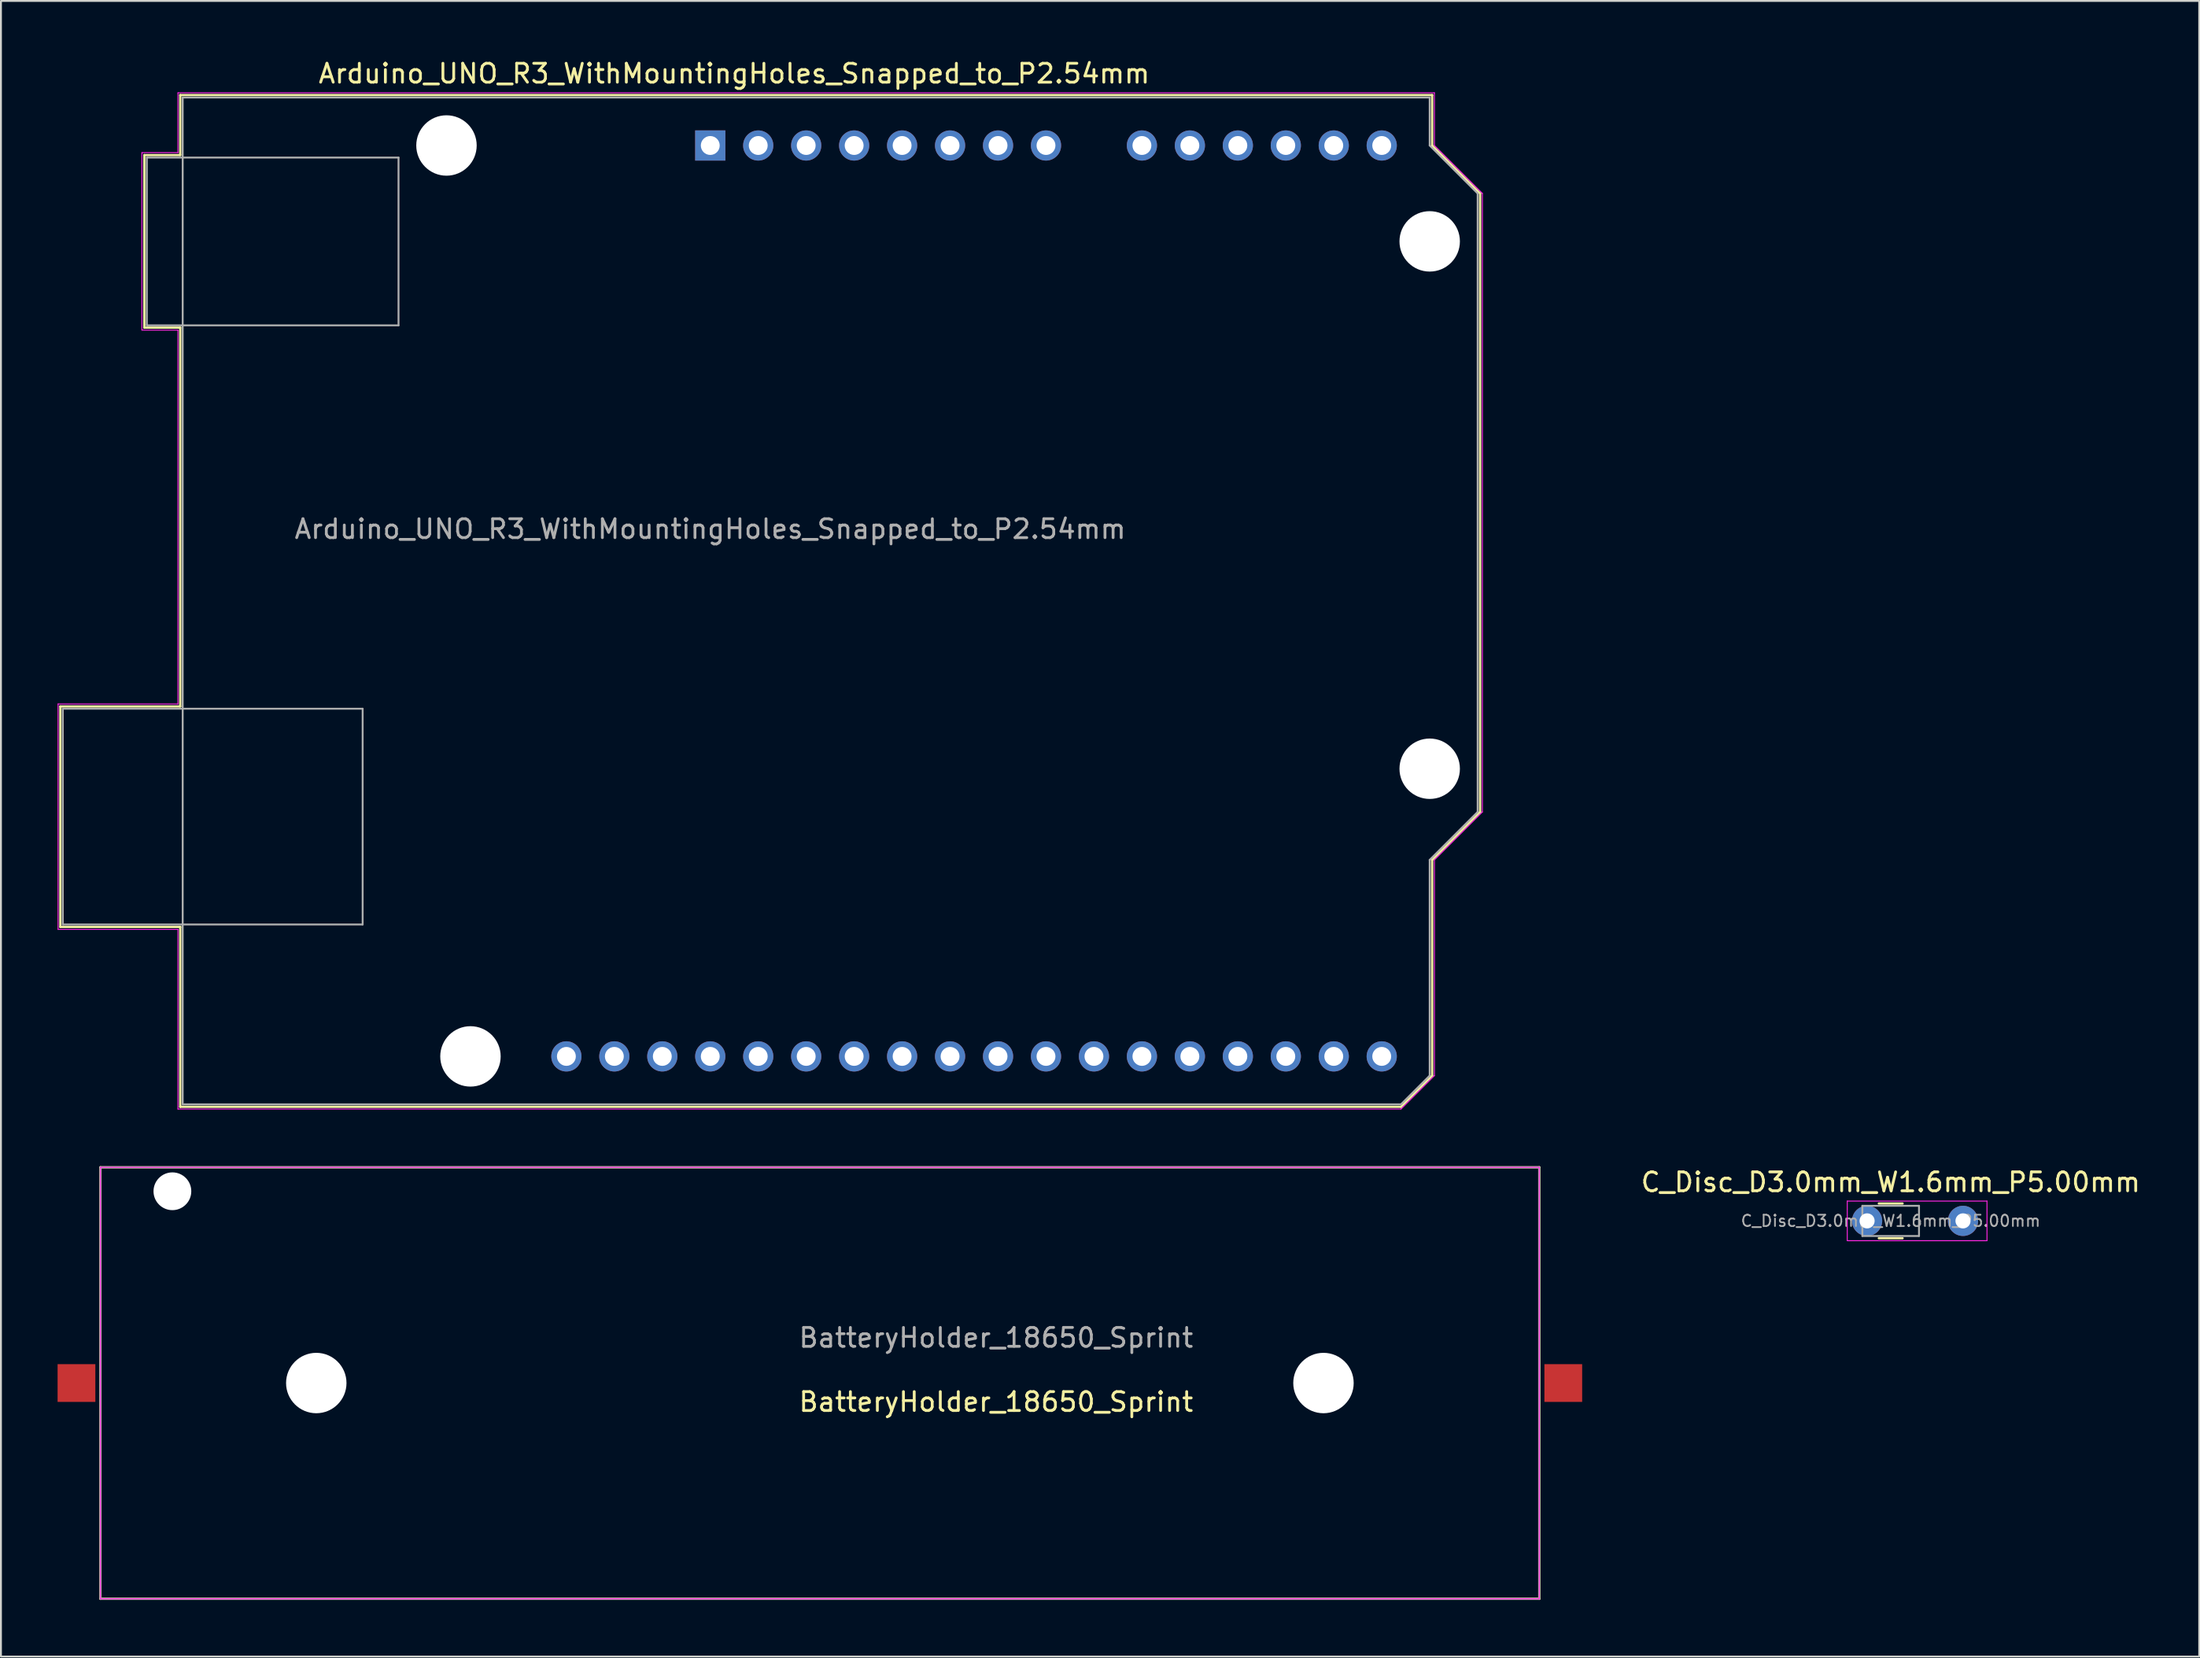
<source format=kicad_pcb>
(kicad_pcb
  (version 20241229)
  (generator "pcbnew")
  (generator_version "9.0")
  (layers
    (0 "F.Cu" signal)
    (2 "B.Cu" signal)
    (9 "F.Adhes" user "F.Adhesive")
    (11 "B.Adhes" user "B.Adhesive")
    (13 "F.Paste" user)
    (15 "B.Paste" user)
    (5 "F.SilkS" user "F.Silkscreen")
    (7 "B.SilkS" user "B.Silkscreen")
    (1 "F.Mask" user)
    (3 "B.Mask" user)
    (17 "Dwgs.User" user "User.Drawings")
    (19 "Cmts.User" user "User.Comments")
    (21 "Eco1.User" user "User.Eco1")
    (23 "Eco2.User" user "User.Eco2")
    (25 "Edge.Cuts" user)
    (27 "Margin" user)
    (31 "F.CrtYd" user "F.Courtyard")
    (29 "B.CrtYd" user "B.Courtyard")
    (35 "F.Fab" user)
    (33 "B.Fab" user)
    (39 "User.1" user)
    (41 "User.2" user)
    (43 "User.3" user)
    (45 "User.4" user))
  (footprint "Arduino_UNO_R3_WithMountingHoles_Snapped_to_P2.54mm"
    (layer "F.Cu")
    (at 34.565 4.658)
    (property "Reference" "Arduino_UNO_R3_WithMountingHoles_Snapped_to_P2.54mm" (at 1.27 -3.81 180) (layer "F.SilkS") (effects (font (size 1 1) (thickness 0.15))))
    (attr through_hole)
    (fp_line (start -34.42 29.72) (end -34.42 41.4) (stroke (width 0.12) (type solid)) (layer "F.SilkS"))
    (fp_line (start -34.42 41.4) (end -28.07 41.4) (stroke (width 0.12) (type solid)) (layer "F.SilkS"))
    (fp_line (start -29.97 0.51) (end -29.97 9.65) (stroke (width 0.12) (type solid)) (layer "F.SilkS"))
    (fp_line (start -29.97 9.65) (end -28.07 9.65) (stroke (width 0.12) (type solid)) (layer "F.SilkS"))
    (fp_line (start -28.07 -2.67) (end -28.07 0.51) (stroke (width 0.12) (type solid)) (layer "F.SilkS"))
    (fp_line (start -28.07 0.51) (end -29.97 0.51) (stroke (width 0.12) (type solid)) (layer "F.SilkS"))
    (fp_line (start -28.07 9.65) (end -28.07 29.72) (stroke (width 0.12) (type solid)) (layer "F.SilkS"))
    (fp_line (start -28.07 29.72) (end -34.42 29.72) (stroke (width 0.12) (type solid)) (layer "F.SilkS"))
    (fp_line (start -28.07 41.4) (end -28.07 50.93) (stroke (width 0.12) (type solid)) (layer "F.SilkS"))
    (fp_line (start -28.07 50.93) (end 36.58 50.93) (stroke (width 0.12) (type solid)) (layer "F.SilkS"))
    (fp_line (start 36.58 50.93) (end 38.23 49.28) (stroke (width 0.12) (type solid)) (layer "F.SilkS"))
    (fp_line (start 38.23 -2.67) (end -28.07 -2.67) (stroke (width 0.12) (type solid)) (layer "F.SilkS"))
    (fp_line (start 38.23 0) (end 38.23 -2.67) (stroke (width 0.12) (type solid)) (layer "F.SilkS"))
    (fp_line (start 38.23 37.85) (end 40.77 35.31) (stroke (width 0.12) (type solid)) (layer "F.SilkS"))
    (fp_line (start 38.23 49.28) (end 38.23 37.85) (stroke (width 0.12) (type solid)) (layer "F.SilkS"))
    (fp_line (start 40.77 2.54) (end 38.23 0) (stroke (width 0.12) (type solid)) (layer "F.SilkS"))
    (fp_line (start 40.77 35.31) (end 40.77 2.54) (stroke (width 0.12) (type solid)) (layer "F.SilkS"))
    (fp_line (start -34.54 29.59) (end -28.19 29.59) (stroke (width 0.05) (type solid)) (layer "F.CrtYd"))
    (fp_line (start -34.54 41.53) (end -34.54 29.59) (stroke (width 0.05) (type solid)) (layer "F.CrtYd"))
    (fp_line (start -30.1 0.38) (end -28.19 0.38) (stroke (width 0.05) (type solid)) (layer "F.CrtYd"))
    (fp_line (start -30.1 9.78) (end -30.1 0.38) (stroke (width 0.05) (type solid)) (layer "F.CrtYd"))
    (fp_line (start -28.19 -2.79) (end 38.35 -2.79) (stroke (width 0.05) (type solid)) (layer "F.CrtYd"))
    (fp_line (start -28.19 0.38) (end -28.19 -2.79) (stroke (width 0.05) (type solid)) (layer "F.CrtYd"))
    (fp_line (start -28.19 9.78) (end -30.1 9.78) (stroke (width 0.05) (type solid)) (layer "F.CrtYd"))
    (fp_line (start -28.19 29.59) (end -28.19 9.78) (stroke (width 0.05) (type solid)) (layer "F.CrtYd"))
    (fp_line (start -28.19 41.53) (end -34.54 41.53) (stroke (width 0.05) (type solid)) (layer "F.CrtYd"))
    (fp_line (start -28.19 51.05) (end -28.19 41.53) (stroke (width 0.05) (type solid)) (layer "F.CrtYd"))
    (fp_line (start 36.58 51.05) (end -28.19 51.05) (stroke (width 0.05) (type solid)) (layer "F.CrtYd"))
    (fp_line (start 38.35 -2.79) (end 38.35 0) (stroke (width 0.05) (type solid)) (layer "F.CrtYd"))
    (fp_line (start 38.35 0) (end 40.89 2.54) (stroke (width 0.05) (type solid)) (layer "F.CrtYd"))
    (fp_line (start 38.35 37.85) (end 38.35 49.28) (stroke (width 0.05) (type solid)) (layer "F.CrtYd"))
    (fp_line (start 38.35 49.28) (end 36.58 51.05) (stroke (width 0.05) (type solid)) (layer "F.CrtYd"))
    (fp_line (start 40.89 2.54) (end 40.89 35.31) (stroke (width 0.05) (type solid)) (layer "F.CrtYd"))
    (fp_line (start 40.89 35.31) (end 38.35 37.85) (stroke (width 0.05) (type solid)) (layer "F.CrtYd"))
    (fp_line (start -34.29 29.84) (end -18.41 29.84) (stroke (width 0.1) (type solid)) (layer "F.Fab"))
    (fp_line (start -34.29 41.27) (end -34.29 29.84) (stroke (width 0.1) (type solid)) (layer "F.Fab"))
    (fp_line (start -29.84 0.64) (end -16.51 0.64) (stroke (width 0.1) (type solid)) (layer "F.Fab"))
    (fp_line (start -29.84 9.53) (end -29.84 0.64) (stroke (width 0.1) (type solid)) (layer "F.Fab"))
    (fp_line (start -27.94 -2.54) (end 38.1 -2.54) (stroke (width 0.1) (type solid)) (layer "F.Fab"))
    (fp_line (start -27.94 50.8) (end -27.94 -2.54) (stroke (width 0.1) (type solid)) (layer "F.Fab"))
    (fp_line (start -18.41 29.84) (end -18.41 41.27) (stroke (width 0.1) (type solid)) (layer "F.Fab"))
    (fp_line (start -18.41 41.27) (end -34.29 41.27) (stroke (width 0.1) (type solid)) (layer "F.Fab"))
    (fp_line (start -16.51 0.64) (end -16.51 9.53) (stroke (width 0.1) (type solid)) (layer "F.Fab"))
    (fp_line (start -16.51 9.53) (end -29.84 9.53) (stroke (width 0.1) (type solid)) (layer "F.Fab"))
    (fp_line (start 36.58 50.8) (end -27.94 50.8) (stroke (width 0.1) (type solid)) (layer "F.Fab"))
    (fp_line (start 38.1 -2.54) (end 38.1 0) (stroke (width 0.1) (type solid)) (layer "F.Fab"))
    (fp_line (start 38.1 0) (end 40.64 2.54) (stroke (width 0.1) (type solid)) (layer "F.Fab"))
    (fp_line (start 38.1 37.85) (end 38.1 49.28) (stroke (width 0.1) (type solid)) (layer "F.Fab"))
    (fp_line (start 38.1 49.28) (end 36.58 50.8) (stroke (width 0.1) (type solid)) (layer "F.Fab"))
    (fp_line (start 40.64 2.54) (end 40.64 35.31) (stroke (width 0.1) (type solid)) (layer "F.Fab"))
    (fp_line (start 40.64 35.31) (end 38.1 37.85) (stroke (width 0.1) (type solid)) (layer "F.Fab"))
    (fp_text user "${REFERENCE}" (at 0 20.32 180) (layer "F.Fab") (effects (font (size 1 1) (thickness 0.15))))
    (pad "" np_thru_hole circle (at -13.97 0 90) (size 3.2 3.2) (drill 3.2) (layers "*.Cu" "*.Mask"))
    (pad "" np_thru_hole circle (at -12.7 48.26 90) (size 3.2 3.2) (drill 3.2) (layers "*.Cu" "*.Mask"))
    (pad "" np_thru_hole circle (at 38.1 5.08 90) (size 3.2 3.2) (drill 3.2) (layers "*.Cu" "*.Mask"))
    (pad "" np_thru_hole circle (at 38.1 33.02 90) (size 3.2 3.2) (drill 3.2) (layers "*.Cu" "*.Mask"))
    (pad "1" thru_hole rect (at 0 0 90) (size 1.6 1.6) (drill 1) (layers "*.Cu" "*.Mask"))
    (pad "2" thru_hole oval (at 2.54 0 90) (size 1.6 1.6) (drill 1) (layers "*.Cu" "*.Mask"))
    (pad "3" thru_hole oval (at 5.08 0 90) (size 1.6 1.6) (drill 1) (layers "*.Cu" "*.Mask"))
    (pad "4" thru_hole oval (at 7.62 0 90) (size 1.6 1.6) (drill 1) (layers "*.Cu" "*.Mask"))
    (pad "5" thru_hole oval (at 10.16 0 90) (size 1.6 1.6) (drill 1) (layers "*.Cu" "*.Mask"))
    (pad "6" thru_hole oval (at 12.7 0 90) (size 1.6 1.6) (drill 1) (layers "*.Cu" "*.Mask"))
    (pad "7" thru_hole oval (at 15.24 0 90) (size 1.6 1.6) (drill 1) (layers "*.Cu" "*.Mask"))
    (pad "8" thru_hole oval (at 17.78 0 90) (size 1.6 1.6) (drill 1) (layers "*.Cu" "*.Mask"))
    (pad "9" thru_hole oval (at 22.86 0 90) (size 1.6 1.6) (drill 1) (layers "*.Cu" "*.Mask"))
    (pad "10" thru_hole oval (at 25.4 0 90) (size 1.6 1.6) (drill 1) (layers "*.Cu" "*.Mask"))
    (pad "11" thru_hole oval (at 27.94 0 90) (size 1.6 1.6) (drill 1) (layers "*.Cu" "*.Mask"))
    (pad "12" thru_hole oval (at 30.48 0 90) (size 1.6 1.6) (drill 1) (layers "*.Cu" "*.Mask"))
    (pad "13" thru_hole oval (at 33.02 0 90) (size 1.6 1.6) (drill 1) (layers "*.Cu" "*.Mask"))
    (pad "14" thru_hole oval (at 35.56 0 90) (size 1.6 1.6) (drill 1) (layers "*.Cu" "*.Mask"))
    (pad "15" thru_hole oval (at 35.56 48.26 90) (size 1.6 1.6) (drill 1) (layers "*.Cu" "*.Mask"))
    (pad "16" thru_hole oval (at 33.02 48.26 90) (size 1.6 1.6) (drill 1) (layers "*.Cu" "*.Mask"))
    (pad "17" thru_hole oval (at 30.48 48.26 90) (size 1.6 1.6) (drill 1) (layers "*.Cu" "*.Mask"))
    (pad "18" thru_hole oval (at 27.94 48.26 90) (size 1.6 1.6) (drill 1) (layers "*.Cu" "*.Mask"))
    (pad "19" thru_hole oval (at 25.4 48.26 90) (size 1.6 1.6) (drill 1) (layers "*.Cu" "*.Mask"))
    (pad "20" thru_hole oval (at 22.86 48.26 90) (size 1.6 1.6) (drill 1) (layers "*.Cu" "*.Mask"))
    (pad "21" thru_hole oval (at 20.32 48.26 90) (size 1.6 1.6) (drill 1) (layers "*.Cu" "*.Mask"))
    (pad "22" thru_hole oval (at 17.78 48.26 90) (size 1.6 1.6) (drill 1) (layers "*.Cu" "*.Mask"))
    (pad "23" thru_hole oval (at 15.24 48.26 90) (size 1.6 1.6) (drill 1) (layers "*.Cu" "*.Mask"))
    (pad "24" thru_hole oval (at 12.7 48.26 90) (size 1.6 1.6) (drill 1) (layers "*.Cu" "*.Mask"))
    (pad "25" thru_hole oval (at 10.16 48.26 90) (size 1.6 1.6) (drill 1) (layers "*.Cu" "*.Mask"))
    (pad "26" thru_hole oval (at 7.62 48.26 90) (size 1.6 1.6) (drill 1) (layers "*.Cu" "*.Mask"))
    (pad "27" thru_hole oval (at 5.08 48.26 90) (size 1.6 1.6) (drill 1) (layers "*.Cu" "*.Mask"))
    (pad "28" thru_hole oval (at 2.54 48.26 90) (size 1.6 1.6) (drill 1) (layers "*.Cu" "*.Mask"))
    (pad "29" thru_hole oval (at 0 48.26 90) (size 1.6 1.6) (drill 1) (layers "*.Cu" "*.Mask"))
    (pad "30" thru_hole oval (at -2.54 48.26 90) (size 1.6 1.6) (drill 1) (layers "*.Cu" "*.Mask"))
    (pad "31" thru_hole oval (at -5.08 48.26 90) (size 1.6 1.6) (drill 1) (layers "*.Cu" "*.Mask"))
    (pad "32" thru_hole oval (at -7.62 48.26 90) (size 1.6 1.6) (drill 1) (layers "*.Cu" "*.Mask")))
  (footprint "BatteryHolder_18650_Sprint"
    (layer "F.Cu")
    (at 13.7 70.223)
    (property "Reference" "BatteryHolder_18650_Sprint" (at 36 1 0) (layer "F.SilkS") (effects (font (size 1 1) (thickness 0.15))))
    (attr through_hole)
    (fp_line (start -11.43 -11.43) (end 64.77 -11.43) (stroke (width 0.12) (type solid)) (layer "F.SilkS"))
    (fp_line (start -11.43 11.43) (end -11.43 -11.43) (stroke (width 0.12) (type solid)) (layer "F.SilkS"))
    (fp_line (start 64.77 -11.43) (end 64.77 11.43) (stroke (width 0.12) (type solid)) (layer "F.SilkS"))
    (fp_line (start 64.77 11.43) (end -11.43 11.43) (stroke (width 0.12) (type solid)) (layer "F.SilkS"))
    (fp_line (start -11.43 -11.43) (end 64.77 -11.43) (stroke (width 0.05) (type solid)) (layer "F.CrtYd"))
    (fp_line (start -11.43 11.43) (end -11.43 -11.43) (stroke (width 0.05) (type solid)) (layer "F.CrtYd"))
    (fp_line (start 64.77 -11.43) (end 64.77 11.43) (stroke (width 0.05) (type solid)) (layer "F.CrtYd"))
    (fp_line (start 64.77 11.43) (end -11.43 11.43) (stroke (width 0.05) (type solid)) (layer "F.CrtYd"))
    (fp_line (start -11.43 -11.43) (end 64.77 -11.43) (stroke (width 0.1) (type solid)) (layer "F.Fab"))
    (fp_line (start -11.43 11.43) (end -11.43 -11.43) (stroke (width 0.1) (type solid)) (layer "F.Fab"))
    (fp_line (start 64.77 -11.43) (end 64.77 11.43) (stroke (width 0.1) (type solid)) (layer "F.Fab"))
    (fp_line (start 64.77 11.43) (end -11.43 11.43) (stroke (width 0.1) (type solid)) (layer "F.Fab"))
    (fp_text user "${REFERENCE}" (at 36 -2.4 0) (layer "F.Fab") (effects (font (size 1 1) (thickness 0.15))))
    (pad "" np_thru_hole circle (at -7.62 -10.16) (size 2 2) (drill 2) (layers "*.Cu" "*.Mask"))
    (pad "" np_thru_hole circle (at 0 0) (size 3.2 3.2) (drill 3.2) (layers "*.Cu" "*.Mask"))
    (pad "" np_thru_hole circle (at 53.34 0) (size 3.2 3.2) (drill 3.2) (layers "*.Cu" "*.Mask"))
    (pad "1" smd rect (at -12.7 0) (size 2 2) (layers "F.Cu" "F.Mask" "F.Paste"))
    (pad "2" smd rect (at 66.04 0) (size 2 2) (layers "F.Cu" "F.Mask" "F.Paste")))
  (footprint "C_Disc_D3.0mm_W1.6mm_P5.00mm"
    (layer "F.Cu")
    (at 95.829 61.632)
    (property "Reference" "C_Disc_D3.0mm_W1.6mm_P5.00mm" (at 1.25 -2.05 0) (layer "F.SilkS") (effects (font (size 1 1) (thickness 0.15))))
    (attr through_hole)
    (fp_line (start 0.621 -0.92) (end 1.879 -0.92) (stroke (width 0.12) (type solid)) (layer "F.SilkS"))
    (fp_line (start 0.621 0.92) (end 1.879 0.92) (stroke (width 0.12) (type solid)) (layer "F.SilkS"))
    (fp_line (start -1.05 -1.05) (end -1.05 1.05) (stroke (width 0.05) (type solid)) (layer "F.CrtYd"))
    (fp_line (start -1.05 1.05) (end 6.35 1.05) (stroke (width 0.05) (type solid)) (layer "F.CrtYd"))
    (fp_line (start 6.35 -1.05) (end -1.05 -1.05) (stroke (width 0.05) (type solid)) (layer "F.CrtYd"))
    (fp_line (start 6.35 1.05) (end 6.35 -1.05) (stroke (width 0.05) (type solid)) (layer "F.CrtYd"))
    (fp_line (start -0.25 -0.8) (end -0.25 0.8) (stroke (width 0.1) (type solid)) (layer "F.Fab"))
    (fp_line (start -0.25 0.8) (end 2.75 0.8) (stroke (width 0.1) (type solid)) (layer "F.Fab"))
    (fp_line (start 2.75 -0.8) (end -0.25 -0.8) (stroke (width 0.1) (type solid)) (layer "F.Fab"))
    (fp_line (start 2.75 0.8) (end 2.75 -0.8) (stroke (width 0.1) (type solid)) (layer "F.Fab"))
    (fp_text user "${REFERENCE}" (at 1.25 0 0) (layer "F.Fab") (effects (font (size 0.6 0.6) (thickness 0.09))))
    (pad "1" thru_hole circle (at 0 0) (size 1.6 1.6) (drill 0.8) (layers "*.Cu" "*.Mask"))
    (pad "2" thru_hole circle (at 5.08 0) (size 1.6 1.6) (drill 0.8) (layers "*.Cu" "*.Mask")))
  (gr_rect
    (start -3 -3)
    (end 113.419 84.713)
    (stroke (width 0.1) (type default))
    (fill no)
    (layer "Edge.Cuts")))
</source>
